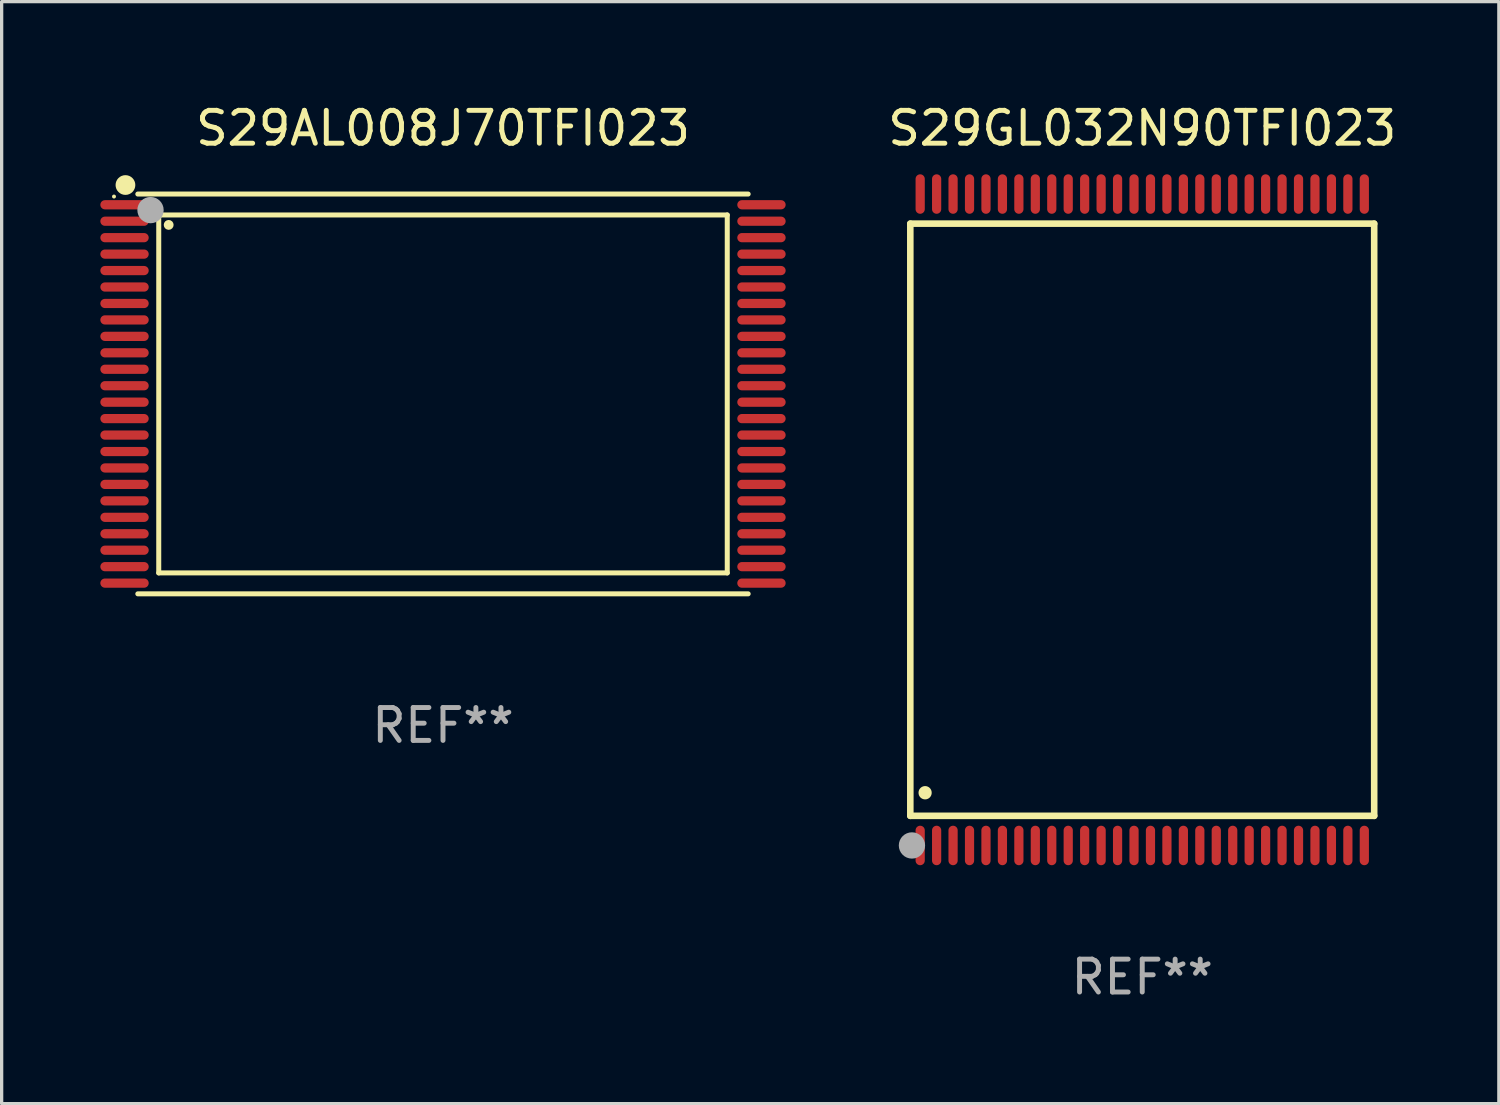
<source format=kicad_pcb>
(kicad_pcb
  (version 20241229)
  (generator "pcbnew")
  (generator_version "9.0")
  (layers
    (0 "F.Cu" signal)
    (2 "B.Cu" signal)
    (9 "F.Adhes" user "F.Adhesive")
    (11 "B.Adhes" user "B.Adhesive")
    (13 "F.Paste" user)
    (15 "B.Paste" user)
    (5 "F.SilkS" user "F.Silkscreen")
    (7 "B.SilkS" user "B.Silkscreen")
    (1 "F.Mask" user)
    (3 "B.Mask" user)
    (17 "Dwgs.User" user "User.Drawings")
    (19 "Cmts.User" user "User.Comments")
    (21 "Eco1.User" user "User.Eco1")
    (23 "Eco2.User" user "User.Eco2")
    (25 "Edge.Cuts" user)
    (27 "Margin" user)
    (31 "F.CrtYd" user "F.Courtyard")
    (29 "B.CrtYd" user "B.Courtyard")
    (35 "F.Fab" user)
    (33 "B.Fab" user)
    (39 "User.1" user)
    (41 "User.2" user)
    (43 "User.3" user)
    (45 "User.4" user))
  (footprint "S29AL008J70TFI023"
    (layer "F.Cu")
    (at 10.415 8.924)
    (property "Reference" "S29AL008J70TFI023" (at 0 -8.076 0) (layer "F.SilkS") (effects (font (size 1 1) (thickness 0.15))))
    (attr through_hole)
    (fp_line (start -9.276 -6.076) (end 9.276 -6.076) (stroke (width 0.152) (type solid)) (layer "F.SilkS"))
    (fp_line (start -9.276 6.076) (end 9.276 6.076) (stroke (width 0.152) (type solid)) (layer "F.SilkS"))
    (fp_line (start -8.64 -5.44) (end 8.64 -5.44) (stroke (width 0.152) (type solid)) (layer "F.SilkS"))
    (fp_line (start -8.64 5.44) (end -8.64 -5.44) (stroke (width 0.152) (type solid)) (layer "F.SilkS"))
    (fp_line (start 8.64 -5.44) (end 8.64 5.44) (stroke (width 0.152) (type solid)) (layer "F.SilkS"))
    (fp_line (start 8.64 5.44) (end -8.64 5.44) (stroke (width 0.152) (type solid)) (layer "F.SilkS"))
    (fp_circle (center -10 -6) (end -9.97 -6) (stroke (width 0.06) (type solid)) (fill no) (layer "F.SilkS"))
    (fp_circle (center -9.652 -6.35) (end -9.502 -6.35) (stroke (width 0.3) (type solid)) (fill no) (layer "F.SilkS"))
    (fp_circle (center -8.338 -5.138) (end -8.263 -5.138) (stroke (width 0.15) (type solid)) (fill no) (layer "F.SilkS"))
    (fp_circle (center -8.89 -5.588) (end -8.69 -5.588) (stroke (width 0.4) (type solid)) (fill no) (layer "F.Fab"))
    (fp_text user "REF**" (at 0 10.076 0) (layer "F.Fab") (effects (font (size 1 1) (thickness 0.15))))
    (pad "1" smd oval (at -9.68 -5.75) (size 1.47 0.28) (layers "F.Cu" "F.Mask" "F.Paste"))
    (pad "2" smd oval (at -9.68 -5.25) (size 1.47 0.28) (layers "F.Cu" "F.Mask" "F.Paste"))
    (pad "3" smd oval (at -9.68 -4.75) (size 1.47 0.28) (layers "F.Cu" "F.Mask" "F.Paste"))
    (pad "4" smd oval (at -9.68 -4.25) (size 1.47 0.28) (layers "F.Cu" "F.Mask" "F.Paste"))
    (pad "5" smd oval (at -9.68 -3.75) (size 1.47 0.28) (layers "F.Cu" "F.Mask" "F.Paste"))
    (pad "6" smd oval (at -9.68 -3.25) (size 1.47 0.28) (layers "F.Cu" "F.Mask" "F.Paste"))
    (pad "7" smd oval (at -9.68 -2.75) (size 1.47 0.28) (layers "F.Cu" "F.Mask" "F.Paste"))
    (pad "8" smd oval (at -9.68 -2.25) (size 1.47 0.28) (layers "F.Cu" "F.Mask" "F.Paste"))
    (pad "9" smd oval (at -9.68 -1.75) (size 1.47 0.28) (layers "F.Cu" "F.Mask" "F.Paste"))
    (pad "10" smd oval (at -9.68 -1.25) (size 1.47 0.28) (layers "F.Cu" "F.Mask" "F.Paste"))
    (pad "11" smd oval (at -9.68 -0.75) (size 1.47 0.28) (layers "F.Cu" "F.Mask" "F.Paste"))
    (pad "12" smd oval (at -9.68 -0.25) (size 1.47 0.28) (layers "F.Cu" "F.Mask" "F.Paste"))
    (pad "13" smd oval (at -9.68 0.25) (size 1.47 0.28) (layers "F.Cu" "F.Mask" "F.Paste"))
    (pad "14" smd oval (at -9.68 0.75) (size 1.47 0.28) (layers "F.Cu" "F.Mask" "F.Paste"))
    (pad "15" smd oval (at -9.68 1.25) (size 1.47 0.28) (layers "F.Cu" "F.Mask" "F.Paste"))
    (pad "16" smd oval (at -9.68 1.75) (size 1.47 0.28) (layers "F.Cu" "F.Mask" "F.Paste"))
    (pad "17" smd oval (at -9.68 2.25) (size 1.47 0.28) (layers "F.Cu" "F.Mask" "F.Paste"))
    (pad "18" smd oval (at -9.68 2.75) (size 1.47 0.28) (layers "F.Cu" "F.Mask" "F.Paste"))
    (pad "19" smd oval (at -9.68 3.25) (size 1.47 0.28) (layers "F.Cu" "F.Mask" "F.Paste"))
    (pad "20" smd oval (at -9.68 3.75) (size 1.47 0.28) (layers "F.Cu" "F.Mask" "F.Paste"))
    (pad "21" smd oval (at -9.68 4.25) (size 1.47 0.28) (layers "F.Cu" "F.Mask" "F.Paste"))
    (pad "22" smd oval (at -9.68 4.75) (size 1.47 0.28) (layers "F.Cu" "F.Mask" "F.Paste"))
    (pad "23" smd oval (at -9.68 5.25) (size 1.47 0.28) (layers "F.Cu" "F.Mask" "F.Paste"))
    (pad "24" smd oval (at -9.68 5.75) (size 1.47 0.28) (layers "F.Cu" "F.Mask" "F.Paste"))
    (pad "25" smd oval (at 9.68 5.75) (size 1.47 0.28) (layers "F.Cu" "F.Mask" "F.Paste"))
    (pad "26" smd oval (at 9.68 5.25) (size 1.47 0.28) (layers "F.Cu" "F.Mask" "F.Paste"))
    (pad "27" smd oval (at 9.68 4.75) (size 1.47 0.28) (layers "F.Cu" "F.Mask" "F.Paste"))
    (pad "28" smd oval (at 9.68 4.25) (size 1.47 0.28) (layers "F.Cu" "F.Mask" "F.Paste"))
    (pad "29" smd oval (at 9.68 3.75) (size 1.47 0.28) (layers "F.Cu" "F.Mask" "F.Paste"))
    (pad "30" smd oval (at 9.68 3.25) (size 1.47 0.28) (layers "F.Cu" "F.Mask" "F.Paste"))
    (pad "31" smd oval (at 9.68 2.75) (size 1.47 0.28) (layers "F.Cu" "F.Mask" "F.Paste"))
    (pad "32" smd oval (at 9.68 2.25) (size 1.47 0.28) (layers "F.Cu" "F.Mask" "F.Paste"))
    (pad "33" smd oval (at 9.68 1.75) (size 1.47 0.28) (layers "F.Cu" "F.Mask" "F.Paste"))
    (pad "34" smd oval (at 9.68 1.25) (size 1.47 0.28) (layers "F.Cu" "F.Mask" "F.Paste"))
    (pad "35" smd oval (at 9.68 0.75) (size 1.47 0.28) (layers "F.Cu" "F.Mask" "F.Paste"))
    (pad "36" smd oval (at 9.68 0.25) (size 1.47 0.28) (layers "F.Cu" "F.Mask" "F.Paste"))
    (pad "37" smd oval (at 9.68 -0.25) (size 1.47 0.28) (layers "F.Cu" "F.Mask" "F.Paste"))
    (pad "38" smd oval (at 9.68 -0.75) (size 1.47 0.28) (layers "F.Cu" "F.Mask" "F.Paste"))
    (pad "39" smd oval (at 9.68 -1.25) (size 1.47 0.28) (layers "F.Cu" "F.Mask" "F.Paste"))
    (pad "40" smd oval (at 9.68 -1.75) (size 1.47 0.28) (layers "F.Cu" "F.Mask" "F.Paste"))
    (pad "41" smd oval (at 9.68 -2.25) (size 1.47 0.28) (layers "F.Cu" "F.Mask" "F.Paste"))
    (pad "42" smd oval (at 9.68 -2.75) (size 1.47 0.28) (layers "F.Cu" "F.Mask" "F.Paste"))
    (pad "43" smd oval (at 9.68 -3.25) (size 1.47 0.28) (layers "F.Cu" "F.Mask" "F.Paste"))
    (pad "44" smd oval (at 9.68 -3.75) (size 1.47 0.28) (layers "F.Cu" "F.Mask" "F.Paste"))
    (pad "45" smd oval (at 9.68 -4.25) (size 1.47 0.28) (layers "F.Cu" "F.Mask" "F.Paste"))
    (pad "46" smd oval (at 9.68 -4.75) (size 1.47 0.28) (layers "F.Cu" "F.Mask" "F.Paste"))
    (pad "47" smd oval (at 9.68 -5.25) (size 1.47 0.28) (layers "F.Cu" "F.Mask" "F.Paste"))
    (pad "48" smd oval (at 9.68 -5.75) (size 1.47 0.28) (layers "F.Cu" "F.Mask" "F.Paste")))
  (footprint "S29GL032N90TFI023"
    (layer "F.Cu")
    (at 31.669 12.748)
    (property "Reference" "S29GL032N90TFI023" (at 0 -11.9 0) (layer "F.SilkS") (effects (font (size 1 1) (thickness 0.15))))
    (attr through_hole)
    (fp_line (start -7.05 -9) (end 7.05 -9) (stroke (width 0.2) (type solid)) (layer "F.SilkS"))
    (fp_line (start -7.05 9) (end -7.05 -9) (stroke (width 0.2) (type solid)) (layer "F.SilkS"))
    (fp_line (start 7.05 9) (end -7.05 9) (stroke (width 0.2) (type solid)) (layer "F.SilkS"))
    (fp_line (start 7.05 9) (end 7.05 -9) (stroke (width 0.2) (type solid)) (layer "F.SilkS"))
    (fp_arc (start -6.600025 8.300025) (mid -6.600041 8.297485) (end -6.600025 8.294945) (stroke (width 0.4) (type solid)) (layer "F.SilkS"))
    (fp_circle (center -7 10) (end -6.97 10) (stroke (width 0.06) (type solid)) (fill no) (layer "F.SilkS"))
    (fp_circle (center -7 9.9) (end -6.8 9.9) (stroke (width 0.4) (type solid)) (fill no) (layer "F.Fab"))
    (fp_text user "REF**" (at 0 13.9 0) (layer "F.Fab") (effects (font (size 1 1) (thickness 0.15))))
    (pad "1" smd oval (at -6.75 9.9) (size 0.28 1.2) (layers "F.Cu" "F.Mask" "F.Paste"))
    (pad "2" smd oval (at -6.25 9.9) (size 0.28 1.2) (layers "F.Cu" "F.Mask" "F.Paste"))
    (pad "3" smd oval (at -5.75 9.9) (size 0.28 1.2) (layers "F.Cu" "F.Mask" "F.Paste"))
    (pad "4" smd oval (at -5.25 9.9) (size 0.28 1.2) (layers "F.Cu" "F.Mask" "F.Paste"))
    (pad "5" smd oval (at -4.75 9.9) (size 0.28 1.2) (layers "F.Cu" "F.Mask" "F.Paste"))
    (pad "6" smd oval (at -4.25 9.9) (size 0.28 1.2) (layers "F.Cu" "F.Mask" "F.Paste"))
    (pad "7" smd oval (at -3.75 9.9) (size 0.28 1.2) (layers "F.Cu" "F.Mask" "F.Paste"))
    (pad "8" smd oval (at -3.25 9.9) (size 0.28 1.2) (layers "F.Cu" "F.Mask" "F.Paste"))
    (pad "9" smd oval (at -2.75 9.9) (size 0.28 1.2) (layers "F.Cu" "F.Mask" "F.Paste"))
    (pad "10" smd oval (at -2.25 9.9) (size 0.28 1.2) (layers "F.Cu" "F.Mask" "F.Paste"))
    (pad "11" smd oval (at -1.75 9.9) (size 0.28 1.2) (layers "F.Cu" "F.Mask" "F.Paste"))
    (pad "12" smd oval (at -1.25 9.9) (size 0.28 1.2) (layers "F.Cu" "F.Mask" "F.Paste"))
    (pad "13" smd oval (at -0.75 9.9) (size 0.28 1.2) (layers "F.Cu" "F.Mask" "F.Paste"))
    (pad "14" smd oval (at -0.25 9.9) (size 0.28 1.2) (layers "F.Cu" "F.Mask" "F.Paste"))
    (pad "15" smd oval (at 0.25 9.9) (size 0.28 1.2) (layers "F.Cu" "F.Mask" "F.Paste"))
    (pad "16" smd oval (at 0.75 9.9) (size 0.28 1.2) (layers "F.Cu" "F.Mask" "F.Paste"))
    (pad "17" smd oval (at 1.25 9.9) (size 0.28 1.2) (layers "F.Cu" "F.Mask" "F.Paste"))
    (pad "18" smd oval (at 1.75 9.9) (size 0.28 1.2) (layers "F.Cu" "F.Mask" "F.Paste"))
    (pad "19" smd oval (at 2.25 9.9) (size 0.28 1.2) (layers "F.Cu" "F.Mask" "F.Paste"))
    (pad "20" smd oval (at 2.75 9.9) (size 0.28 1.2) (layers "F.Cu" "F.Mask" "F.Paste"))
    (pad "21" smd oval (at 3.25 9.9) (size 0.28 1.2) (layers "F.Cu" "F.Mask" "F.Paste"))
    (pad "22" smd oval (at 3.75 9.9) (size 0.28 1.2) (layers "F.Cu" "F.Mask" "F.Paste"))
    (pad "23" smd oval (at 4.25 9.9) (size 0.28 1.2) (layers "F.Cu" "F.Mask" "F.Paste"))
    (pad "24" smd oval (at 4.75 9.9) (size 0.28 1.2) (layers "F.Cu" "F.Mask" "F.Paste"))
    (pad "25" smd oval (at 5.25 9.9) (size 0.28 1.2) (layers "F.Cu" "F.Mask" "F.Paste"))
    (pad "26" smd oval (at 5.75 9.9) (size 0.28 1.2) (layers "F.Cu" "F.Mask" "F.Paste"))
    (pad "27" smd oval (at 6.25 9.9) (size 0.28 1.2) (layers "F.Cu" "F.Mask" "F.Paste"))
    (pad "28" smd oval (at 6.75 9.9) (size 0.28 1.2) (layers "F.Cu" "F.Mask" "F.Paste"))
    (pad "29" smd oval (at 6.75 -9.9) (size 0.28 1.2) (layers "F.Cu" "F.Mask" "F.Paste"))
    (pad "30" smd oval (at 6.25 -9.9) (size 0.28 1.2) (layers "F.Cu" "F.Mask" "F.Paste"))
    (pad "31" smd oval (at 5.75 -9.9) (size 0.28 1.2) (layers "F.Cu" "F.Mask" "F.Paste"))
    (pad "32" smd oval (at 5.25 -9.9) (size 0.28 1.2) (layers "F.Cu" "F.Mask" "F.Paste"))
    (pad "33" smd oval (at 4.75 -9.9) (size 0.28 1.2) (layers "F.Cu" "F.Mask" "F.Paste"))
    (pad "34" smd oval (at 4.25 -9.9) (size 0.28 1.2) (layers "F.Cu" "F.Mask" "F.Paste"))
    (pad "35" smd oval (at 3.75 -9.9) (size 0.28 1.2) (layers "F.Cu" "F.Mask" "F.Paste"))
    (pad "36" smd oval (at 3.25 -9.9) (size 0.28 1.2) (layers "F.Cu" "F.Mask" "F.Paste"))
    (pad "37" smd oval (at 2.75 -9.9) (size 0.28 1.2) (layers "F.Cu" "F.Mask" "F.Paste"))
    (pad "38" smd oval (at 2.25 -9.9) (size 0.28 1.2) (layers "F.Cu" "F.Mask" "F.Paste"))
    (pad "39" smd oval (at 1.75 -9.9) (size 0.28 1.2) (layers "F.Cu" "F.Mask" "F.Paste"))
    (pad "40" smd oval (at 1.25 -9.9) (size 0.28 1.2) (layers "F.Cu" "F.Mask" "F.Paste"))
    (pad "41" smd oval (at 0.75 -9.9) (size 0.28 1.2) (layers "F.Cu" "F.Mask" "F.Paste"))
    (pad "42" smd oval (at 0.25 -9.9) (size 0.28 1.2) (layers "F.Cu" "F.Mask" "F.Paste"))
    (pad "43" smd oval (at -0.25 -9.9) (size 0.28 1.2) (layers "F.Cu" "F.Mask" "F.Paste"))
    (pad "44" smd oval (at -0.75 -9.9) (size 0.28 1.2) (layers "F.Cu" "F.Mask" "F.Paste"))
    (pad "45" smd oval (at -1.25 -9.9) (size 0.28 1.2) (layers "F.Cu" "F.Mask" "F.Paste"))
    (pad "46" smd oval (at -1.75 -9.9) (size 0.28 1.2) (layers "F.Cu" "F.Mask" "F.Paste"))
    (pad "47" smd oval (at -2.25 -9.9) (size 0.28 1.2) (layers "F.Cu" "F.Mask" "F.Paste"))
    (pad "48" smd oval (at -2.75 -9.9) (size 0.28 1.2) (layers "F.Cu" "F.Mask" "F.Paste"))
    (pad "49" smd oval (at -3.25 -9.9) (size 0.28 1.2) (layers "F.Cu" "F.Mask" "F.Paste"))
    (pad "50" smd oval (at -3.75 -9.9) (size 0.28 1.2) (layers "F.Cu" "F.Mask" "F.Paste"))
    (pad "51" smd oval (at -4.25 -9.9) (size 0.28 1.2) (layers "F.Cu" "F.Mask" "F.Paste"))
    (pad "52" smd oval (at -4.75 -9.9) (size 0.28 1.2) (layers "F.Cu" "F.Mask" "F.Paste"))
    (pad "53" smd oval (at -5.25 -9.9) (size 0.28 1.2) (layers "F.Cu" "F.Mask" "F.Paste"))
    (pad "54" smd oval (at -5.75 -9.9) (size 0.28 1.2) (layers "F.Cu" "F.Mask" "F.Paste"))
    (pad "55" smd oval (at -6.25 -9.9) (size 0.28 1.2) (layers "F.Cu" "F.Mask" "F.Paste"))
    (pad "56" smd oval (at -6.75 -9.9) (size 0.28 1.2) (layers "F.Cu" "F.Mask" "F.Paste")))
  (gr_rect
    (start -3 -3)
    (end 42.508 30.496)
    (stroke (width 0.1) (type default))
    (fill no)
    (layer "Edge.Cuts")))
</source>
